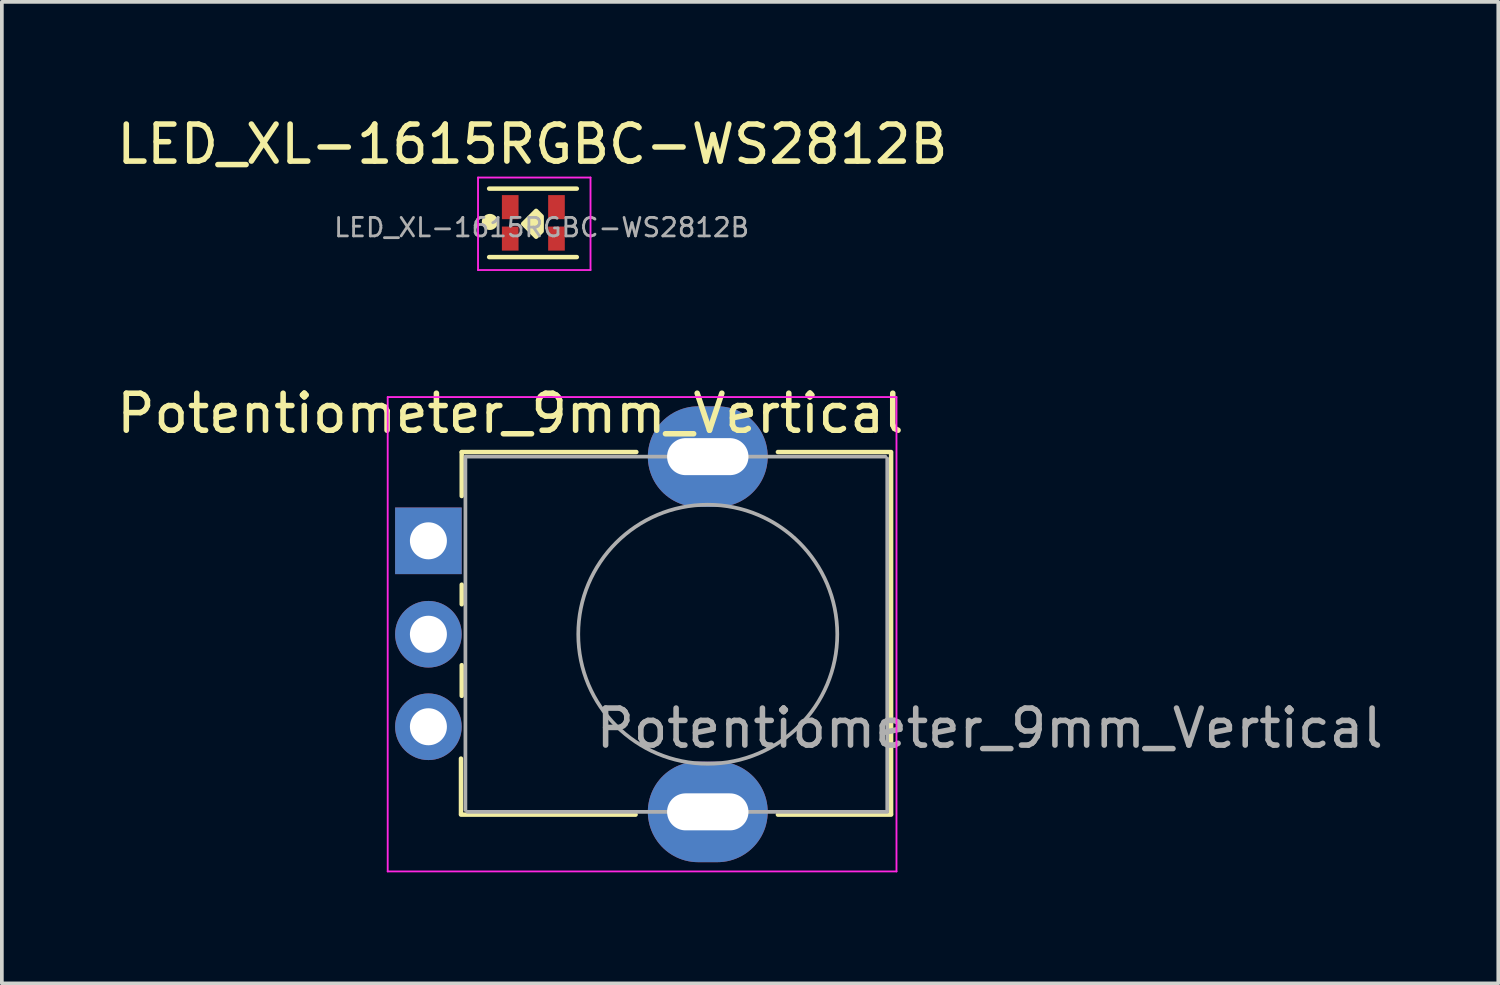
<source format=kicad_pcb>
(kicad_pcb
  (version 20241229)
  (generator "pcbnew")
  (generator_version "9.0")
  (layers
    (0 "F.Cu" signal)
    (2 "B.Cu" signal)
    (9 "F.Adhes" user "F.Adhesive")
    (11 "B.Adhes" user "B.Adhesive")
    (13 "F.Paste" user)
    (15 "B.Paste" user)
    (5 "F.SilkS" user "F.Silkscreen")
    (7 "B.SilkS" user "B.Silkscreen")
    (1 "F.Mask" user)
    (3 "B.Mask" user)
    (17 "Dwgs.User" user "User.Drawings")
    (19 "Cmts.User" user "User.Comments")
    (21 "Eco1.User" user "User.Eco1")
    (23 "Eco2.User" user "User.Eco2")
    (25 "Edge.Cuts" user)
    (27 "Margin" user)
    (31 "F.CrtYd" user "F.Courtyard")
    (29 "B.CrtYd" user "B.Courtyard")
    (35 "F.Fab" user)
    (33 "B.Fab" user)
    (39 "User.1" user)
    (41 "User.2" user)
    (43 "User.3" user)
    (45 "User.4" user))
  (footprint "LED_XL-1615RGBC-WS2812B"
    (layer "F.Cu")
    (at 11.389 2.998)
    (property "Reference" "LED_XL-1615RGBC-WS2812B" (at -0.05 -2.15 0) (layer "F.SilkS") (effects (font (size 1 1) (thickness 0.15))))
    (attr smd)
    (fp_line (start -1.22 -0.95) (end 1.15 -0.95) (stroke (width 0.12) (type solid)) (layer "F.SilkS"))
    (fp_line (start -1.22 0.9) (end 1.15 0.9) (stroke (width 0.12) (type solid)) (layer "F.SilkS"))
    (fp_circle (center -1.2 -0.05) (end -1.042 -0.05) (stroke (width 0.12) (type solid)) (fill yes) (layer "F.SilkS"))
    (fp_poly (pts (xy 0.2 -0.2) (xy 0.2 0.2) (xy 0.05 0.35) (xy -0.3 0) (xy 0.05 -0.35)) (stroke (width 0.12) (type solid)) (fill yes) (layer "F.SilkS"))
    (fp_line (start -1.52 -1.25) (end -1.52 1.25) (stroke (width 0.05) (type solid)) (layer "F.CrtYd"))
    (fp_line (start -1.52 1.25) (end 1.52 1.25) (stroke (width 0.05) (type solid)) (layer "F.CrtYd"))
    (fp_line (start 1.52 -1.25) (end -1.52 -1.25) (stroke (width 0.05) (type solid)) (layer "F.CrtYd"))
    (fp_line (start 1.52 1.25) (end 1.52 -1.25) (stroke (width 0.05) (type solid)) (layer "F.CrtYd"))
    (fp_text user "${REFERENCE}" (at 0.2 0.1 0) (layer "F.Fab") (effects (font (size 0.5 0.5) (thickness 0.075))))
    (pad "1" smd rect (at -0.65 -0.45) (size 0.45 0.65) (layers "F.Cu" "F.Mask" "F.Paste"))
    (pad "2" smd rect (at 0.6 -0.45) (size 0.45 0.65) (layers "F.Cu" "F.Mask" "F.Paste"))
    (pad "3" smd rect (at -0.65 0.4) (size 0.45 0.65) (layers "F.Cu" "F.Mask" "F.Paste"))
    (pad "4" smd rect (at 0.6 0.4) (size 0.45 0.65) (layers "F.Cu" "F.Mask" "F.Paste")))
  (footprint "Potentiometer_9mm_Vertical"
    (layer "F.Cu")
    (at 16.078 14.091)
    (property "Reference" "Potentiometer_9mm_Vertical" (at -5.334 -5.969 180) (layer "F.SilkS") (effects (font (size 1 1) (thickness 0.15))))
    (attr through_hole exclude_from_pos_files exclude_from_bom allow_missing_courtyard)
    (fp_line (start -6.67 4.85) (end -6.67 3.36) (stroke (width 0.12) (type solid)) (layer "F.SilkS"))
    (fp_line (start -6.67 4.875) (end -1.95 4.875) (stroke (width 0.12) (type solid)) (layer "F.SilkS"))
    (fp_line (start -6.65 -4.925) (end -1.93 -4.925) (stroke (width 0.12) (type solid)) (layer "F.SilkS"))
    (fp_line (start -6.65 -3.735) (end -6.65 -4.915) (stroke (width 0.12) (type solid)) (layer "F.SilkS"))
    (fp_line (start -6.65 -0.81) (end -6.65 -1.34) (stroke (width 0.12) (type solid)) (layer "F.SilkS"))
    (fp_line (start -6.65 1.665) (end -6.65 0.835) (stroke (width 0.12) (type solid)) (layer "F.SilkS"))
    (fp_line (start 1.895 -4.925) (end 4.955 -4.925) (stroke (width 0.12) (type solid)) (layer "F.SilkS"))
    (fp_line (start 1.895 4.875) (end 4.955 4.875) (stroke (width 0.12) (type solid)) (layer "F.SilkS"))
    (fp_line (start 4.955 4.85) (end 4.955 -4.89) (stroke (width 0.12) (type solid)) (layer "F.SilkS"))
    (fp_line (start -8.65 -6.41) (end -8.65 6.41) (stroke (width 0.05) (type solid)) (layer "F.CrtYd"))
    (fp_line (start -8.65 6.41) (end 5.1 6.41) (stroke (width 0.05) (type solid)) (layer "F.CrtYd"))
    (fp_line (start 5.1 -6.41) (end -8.65 -6.41) (stroke (width 0.05) (type solid)) (layer "F.CrtYd"))
    (fp_line (start 5.1 6.41) (end 5.1 -6.41) (stroke (width 0.05) (type solid)) (layer "F.CrtYd"))
    (fp_line (start -6.55 -4.8) (end 4.8 -4.8) (stroke (width 0.1) (type solid)) (layer "F.Fab"))
    (fp_line (start -6.55 4.75) (end -6.55 -4.75) (stroke (width 0.1) (type solid)) (layer "F.Fab"))
    (fp_line (start -6.5 4.8) (end 4.85 4.8) (stroke (width 0.1) (type solid)) (layer "F.Fab"))
    (fp_line (start 4.85 4.75) (end 4.85 -4.75) (stroke (width 0.1) (type solid)) (layer "F.Fab"))
    (fp_circle (center 0 0) (end 0 -3.5) (stroke (width 0.1) (type solid)) (fill no) (layer "F.Fab"))
    (fp_text user "${REFERENCE}" (at 7.62 2.54 0) (layer "F.Fab") (effects (font (size 1 1) (thickness 0.15))))
    (pad "" thru_hole oval (at 0 -4.8 90) (size 2.72 3.24) (drill oval 1 2.2) (layers "*.Cu" "*.Mask"))
    (pad "" thru_hole oval (at 0 4.8 90) (size 2.72 3.24) (drill oval 1 2.2) (layers "*.Cu" "*.Mask"))
    (pad "1" thru_hole rect (at -7.55 -2.525 90) (size 1.8 1.8) (drill 1) (layers "*.Cu" "*.Mask"))
    (pad "2" thru_hole circle (at -7.55 0 90) (size 1.8 1.8) (drill 1) (layers "*.Cu" "*.Mask"))
    (pad "3" thru_hole circle (at -7.55 2.5 90) (size 1.8 1.8) (drill 1) (layers "*.Cu" "*.Mask")))
  (gr_rect
    (start -3 -3)
    (end 37.442 23.526)
    (stroke (width 0.1) (type default))
    (fill no)
    (layer "Edge.Cuts")))
</source>
